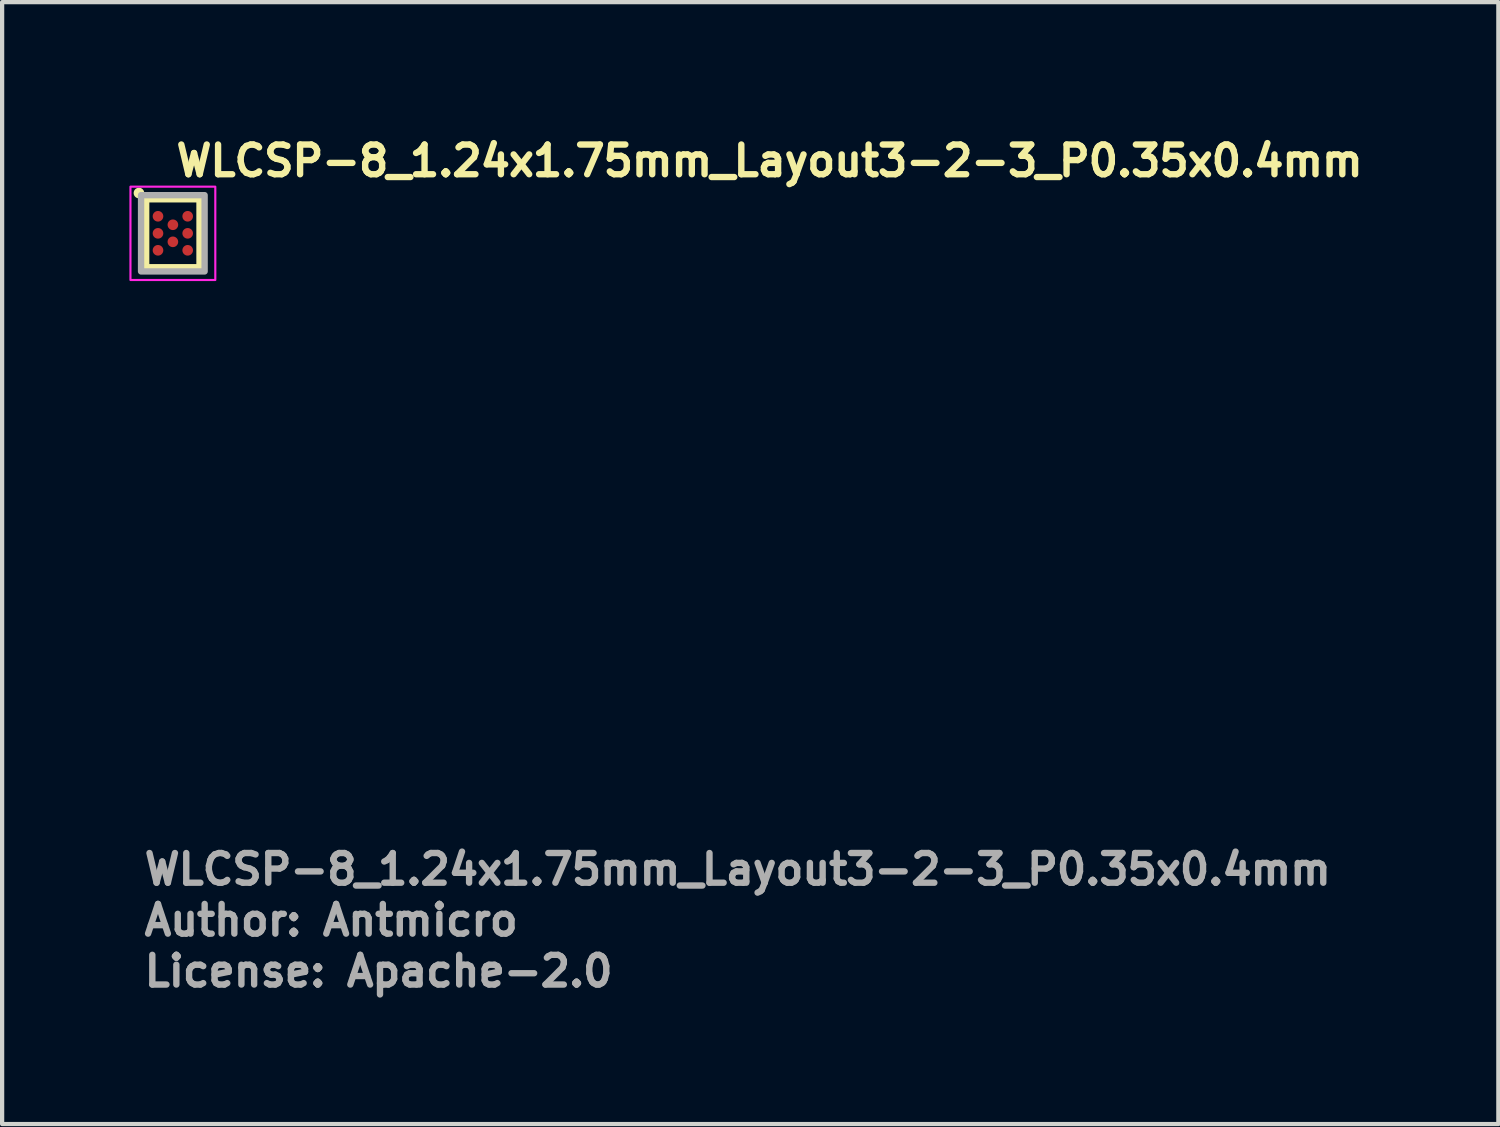
<source format=kicad_pcb>
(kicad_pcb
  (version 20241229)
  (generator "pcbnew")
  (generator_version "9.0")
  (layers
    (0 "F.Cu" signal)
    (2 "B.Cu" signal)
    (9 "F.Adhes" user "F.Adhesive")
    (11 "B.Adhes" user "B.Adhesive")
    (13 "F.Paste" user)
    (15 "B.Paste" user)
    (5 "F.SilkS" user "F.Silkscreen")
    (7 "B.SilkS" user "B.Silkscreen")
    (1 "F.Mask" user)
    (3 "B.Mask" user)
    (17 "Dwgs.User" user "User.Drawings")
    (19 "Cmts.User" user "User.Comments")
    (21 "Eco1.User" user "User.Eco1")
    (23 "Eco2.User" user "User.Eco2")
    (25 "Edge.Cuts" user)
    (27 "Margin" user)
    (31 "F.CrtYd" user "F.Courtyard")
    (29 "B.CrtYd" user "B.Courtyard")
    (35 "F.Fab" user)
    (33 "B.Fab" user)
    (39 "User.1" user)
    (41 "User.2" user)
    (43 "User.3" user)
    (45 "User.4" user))
  (footprint "WLCSP-8_1.24x1.75mm_Layout3-2-3_P0.35x0.4mm"
    (layer "F.Cu")
    (at 1.025 2.45)
    (property "Reference" "WLCSP-8_1.24x1.75mm_Layout3-2-3_P0.35x0.4mm" (at 0 -1.3 0) (unlocked yes) (layer "F.SilkS") (effects (font (size 0.7 0.7) (thickness 0.15)) (justify left bottom)))
    (attr smd)
    (fp_rect (start -0.63 -0.802) (end 0.628 0.8) (stroke (width 0.15) (type solid)) (fill no) (layer "F.SilkS"))
    (fp_circle (center -0.8 -0.95) (end -0.75 -0.95) (stroke (width 0.15) (type solid)) (fill yes) (layer "F.SilkS"))
    (fp_rect (start -1 -1.1) (end 1 1.1) (stroke (width 0.05) (type solid)) (fill no) (layer "F.CrtYd"))
    (fp_rect (start -0.75 -0.9) (end 0.748 0.898) (stroke (width 0.15) (type solid)) (fill no) (layer "F.Fab"))
    (fp_rect (start -0.699 -0.656) (end 0.697 0.654) (stroke (width 0.1) (type solid)) (fill no) (layer "User.5"))
    (fp_line (start -0.699 -0.656) (end -0.699 0.654) (stroke (width 0.02) (type solid)) (layer "User.9"))
    (fp_line (start -0.699 0.654) (end 0.697 0.654) (stroke (width 0.02) (type solid)) (layer "User.9"))
    (fp_line (start -0.57 -0.407) (end -0.569 -0.414) (stroke (width 0.02) (type solid)) (layer "User.9"))
    (fp_line (start -0.57 -0.4) (end -0.57 -0.407) (stroke (width 0.02) (type solid)) (layer "User.9"))
    (fp_line (start -0.57 -0.394) (end -0.57 -0.4) (stroke (width 0.02) (type solid)) (layer "User.9"))
    (fp_line (start -0.569 -0.414) (end -0.568 -0.422) (stroke (width 0.02) (type solid)) (layer "User.9"))
    (fp_line (start -0.569 -0.387) (end -0.57 -0.394) (stroke (width 0.02) (type solid)) (layer "User.9"))
    (fp_line (start -0.568 -0.422) (end -0.567 -0.428) (stroke (width 0.02) (type solid)) (layer "User.9"))
    (fp_line (start -0.568 -0.38) (end -0.569 -0.387) (stroke (width 0.02) (type solid)) (layer "User.9"))
    (fp_line (start -0.567 -0.428) (end -0.566 -0.435) (stroke (width 0.02) (type solid)) (layer "User.9"))
    (fp_line (start -0.567 -0.374) (end -0.568 -0.38) (stroke (width 0.02) (type solid)) (layer "User.9"))
    (fp_line (start -0.566 -0.435) (end -0.564 -0.442) (stroke (width 0.02) (type solid)) (layer "User.9"))
    (fp_line (start -0.566 -0.367) (end -0.567 -0.374) (stroke (width 0.02) (type solid)) (layer "User.9"))
    (fp_line (start -0.564 -0.442) (end -0.562 -0.447) (stroke (width 0.02) (type solid)) (layer "User.9"))
    (fp_line (start -0.564 -0.36) (end -0.566 -0.367) (stroke (width 0.02) (type solid)) (layer "User.9"))
    (fp_line (start -0.562 -0.447) (end -0.559 -0.453) (stroke (width 0.02) (type solid)) (layer "User.9"))
    (fp_line (start -0.562 -0.355) (end -0.564 -0.36) (stroke (width 0.02) (type solid)) (layer "User.9"))
    (fp_line (start -0.559 -0.453) (end -0.556 -0.46) (stroke (width 0.02) (type solid)) (layer "User.9"))
    (fp_line (start -0.559 -0.348) (end -0.562 -0.355) (stroke (width 0.02) (type solid)) (layer "User.9"))
    (fp_line (start -0.556 -0.46) (end -0.553 -0.466) (stroke (width 0.02) (type solid)) (layer "User.9"))
    (fp_line (start -0.556 -0.342) (end -0.559 -0.348) (stroke (width 0.02) (type solid)) (layer "User.9"))
    (fp_line (start -0.553 -0.466) (end -0.549 -0.471) (stroke (width 0.02) (type solid)) (layer "User.9"))
    (fp_line (start -0.553 -0.336) (end -0.556 -0.342) (stroke (width 0.02) (type solid)) (layer "User.9"))
    (fp_line (start -0.549 -0.471) (end -0.546 -0.476) (stroke (width 0.02) (type solid)) (layer "User.9"))
    (fp_line (start -0.549 -0.331) (end -0.553 -0.336) (stroke (width 0.02) (type solid)) (layer "User.9"))
    (fp_line (start -0.546 -0.476) (end -0.542 -0.482) (stroke (width 0.02) (type solid)) (layer "User.9"))
    (fp_line (start -0.546 -0.326) (end -0.549 -0.331) (stroke (width 0.02) (type solid)) (layer "User.9"))
    (fp_line (start -0.542 -0.482) (end -0.539 -0.487) (stroke (width 0.02) (type solid)) (layer "User.9"))
    (fp_line (start -0.542 -0.32) (end -0.546 -0.326) (stroke (width 0.02) (type solid)) (layer "User.9"))
    (fp_line (start -0.539 -0.487) (end -0.535 -0.491) (stroke (width 0.02) (type solid)) (layer "User.9"))
    (fp_line (start -0.539 -0.315) (end -0.542 -0.32) (stroke (width 0.02) (type solid)) (layer "User.9"))
    (fp_line (start -0.535 -0.491) (end -0.53 -0.496) (stroke (width 0.02) (type solid)) (layer "User.9"))
    (fp_line (start -0.535 -0.311) (end -0.539 -0.315) (stroke (width 0.02) (type solid)) (layer "User.9"))
    (fp_line (start -0.53 -0.496) (end -0.526 -0.501) (stroke (width 0.02) (type solid)) (layer "User.9"))
    (fp_line (start -0.53 -0.306) (end -0.535 -0.311) (stroke (width 0.02) (type solid)) (layer "User.9"))
    (fp_line (start -0.526 -0.501) (end -0.52 -0.505) (stroke (width 0.02) (type solid)) (layer "User.9"))
    (fp_line (start -0.526 -0.301) (end -0.53 -0.306) (stroke (width 0.02) (type solid)) (layer "User.9"))
    (fp_line (start -0.52 -0.505) (end -0.515 -0.509) (stroke (width 0.02) (type solid)) (layer "User.9"))
    (fp_line (start -0.52 -0.296) (end -0.526 -0.301) (stroke (width 0.02) (type solid)) (layer "User.9"))
    (fp_line (start -0.515 -0.509) (end -0.509 -0.512) (stroke (width 0.02) (type solid)) (layer "User.9"))
    (fp_line (start -0.515 -0.293) (end -0.52 -0.296) (stroke (width 0.02) (type solid)) (layer "User.9"))
    (fp_line (start -0.509 -0.512) (end -0.504 -0.517) (stroke (width 0.02) (type solid)) (layer "User.9"))
    (fp_line (start -0.509 -0.29) (end -0.515 -0.293) (stroke (width 0.02) (type solid)) (layer "User.9"))
    (fp_line (start -0.504 -0.517) (end -0.498 -0.52) (stroke (width 0.02) (type solid)) (layer "User.9"))
    (fp_line (start -0.504 -0.285) (end -0.509 -0.29) (stroke (width 0.02) (type solid)) (layer "User.9"))
    (fp_line (start -0.498 -0.52) (end -0.493 -0.522) (stroke (width 0.02) (type solid)) (layer "User.9"))
    (fp_line (start -0.498 -0.282) (end -0.504 -0.285) (stroke (width 0.02) (type solid)) (layer "User.9"))
    (fp_line (start -0.493 -0.522) (end -0.488 -0.525) (stroke (width 0.02) (type solid)) (layer "User.9"))
    (fp_line (start -0.493 -0.28) (end -0.498 -0.282) (stroke (width 0.02) (type solid)) (layer "User.9"))
    (fp_line (start -0.488 -0.525) (end -0.481 -0.527) (stroke (width 0.02) (type solid)) (layer "User.9"))
    (fp_line (start -0.488 -0.277) (end -0.493 -0.28) (stroke (width 0.02) (type solid)) (layer "User.9"))
    (fp_line (start -0.481 -0.527) (end -0.475 -0.53) (stroke (width 0.02) (type solid)) (layer "User.9"))
    (fp_line (start -0.481 -0.275) (end -0.488 -0.277) (stroke (width 0.02) (type solid)) (layer "User.9"))
    (fp_line (start -0.475 -0.53) (end -0.469 -0.532) (stroke (width 0.02) (type solid)) (layer "User.9"))
    (fp_line (start -0.475 -0.272) (end -0.481 -0.275) (stroke (width 0.02) (type solid)) (layer "User.9"))
    (fp_line (start -0.469 -0.532) (end -0.462 -0.534) (stroke (width 0.02) (type solid)) (layer "User.9"))
    (fp_line (start -0.469 -0.27) (end -0.475 -0.272) (stroke (width 0.02) (type solid)) (layer "User.9"))
    (fp_line (start -0.462 -0.534) (end -0.455 -0.535) (stroke (width 0.02) (type solid)) (layer "User.9"))
    (fp_line (start -0.462 -0.268) (end -0.469 -0.27) (stroke (width 0.02) (type solid)) (layer "User.9"))
    (fp_line (start -0.455 -0.535) (end -0.448 -0.536) (stroke (width 0.02) (type solid)) (layer "User.9"))
    (fp_line (start -0.455 -0.267) (end -0.462 -0.268) (stroke (width 0.02) (type solid)) (layer "User.9"))
    (fp_line (start -0.448 -0.536) (end -0.441 -0.536) (stroke (width 0.02) (type solid)) (layer "User.9"))
    (fp_line (start -0.448 -0.266) (end -0.455 -0.267) (stroke (width 0.02) (type solid)) (layer "User.9"))
    (fp_line (start -0.441 -0.536) (end -0.434 -0.536) (stroke (width 0.02) (type solid)) (layer "User.9"))
    (fp_line (start -0.441 -0.266) (end -0.448 -0.266) (stroke (width 0.02) (type solid)) (layer "User.9"))
    (fp_line (start -0.434 -0.536) (end -0.434 -0.536) (stroke (width 0.02) (type solid)) (layer "User.9"))
    (fp_line (start -0.434 -0.536) (end -0.428 -0.536) (stroke (width 0.02) (type solid)) (layer "User.9"))
    (fp_line (start -0.434 -0.266) (end -0.441 -0.266) (stroke (width 0.02) (type solid)) (layer "User.9"))
    (fp_line (start -0.434 -0.266) (end -0.434 -0.266) (stroke (width 0.02) (type solid)) (layer "User.9"))
    (fp_line (start -0.428 -0.536) (end -0.421 -0.536) (stroke (width 0.02) (type solid)) (layer "User.9"))
    (fp_line (start -0.428 -0.266) (end -0.434 -0.266) (stroke (width 0.02) (type solid)) (layer "User.9"))
    (fp_line (start -0.421 -0.536) (end -0.414 -0.535) (stroke (width 0.02) (type solid)) (layer "User.9"))
    (fp_line (start -0.421 -0.266) (end -0.428 -0.266) (stroke (width 0.02) (type solid)) (layer "User.9"))
    (fp_line (start -0.414 -0.535) (end -0.408 -0.534) (stroke (width 0.02) (type solid)) (layer "User.9"))
    (fp_line (start -0.414 -0.267) (end -0.421 -0.266) (stroke (width 0.02) (type solid)) (layer "User.9"))
    (fp_line (start -0.408 -0.534) (end -0.401 -0.532) (stroke (width 0.02) (type solid)) (layer "User.9"))
    (fp_line (start -0.408 -0.268) (end -0.414 -0.267) (stroke (width 0.02) (type solid)) (layer "User.9"))
    (fp_line (start -0.401 -0.532) (end -0.394 -0.53) (stroke (width 0.02) (type solid)) (layer "User.9"))
    (fp_line (start -0.401 -0.27) (end -0.408 -0.268) (stroke (width 0.02) (type solid)) (layer "User.9"))
    (fp_line (start -0.394 -0.53) (end -0.388 -0.527) (stroke (width 0.02) (type solid)) (layer "User.9"))
    (fp_line (start -0.394 -0.272) (end -0.401 -0.27) (stroke (width 0.02) (type solid)) (layer "User.9"))
    (fp_line (start -0.388 -0.527) (end -0.381 -0.525) (stroke (width 0.02) (type solid)) (layer "User.9"))
    (fp_line (start -0.388 -0.275) (end -0.394 -0.272) (stroke (width 0.02) (type solid)) (layer "User.9"))
    (fp_line (start -0.381 -0.525) (end -0.375 -0.522) (stroke (width 0.02) (type solid)) (layer "User.9"))
    (fp_line (start -0.381 -0.277) (end -0.388 -0.275) (stroke (width 0.02) (type solid)) (layer "User.9"))
    (fp_line (start -0.375 -0.522) (end -0.37 -0.52) (stroke (width 0.02) (type solid)) (layer "User.9"))
    (fp_line (start -0.375 -0.28) (end -0.381 -0.277) (stroke (width 0.02) (type solid)) (layer "User.9"))
    (fp_line (start -0.37 -0.52) (end -0.364 -0.517) (stroke (width 0.02) (type solid)) (layer "User.9"))
    (fp_line (start -0.37 -0.282) (end -0.375 -0.28) (stroke (width 0.02) (type solid)) (layer "User.9"))
    (fp_line (start -0.364 -0.517) (end -0.36 -0.512) (stroke (width 0.02) (type solid)) (layer "User.9"))
    (fp_line (start -0.364 -0.285) (end -0.37 -0.282) (stroke (width 0.02) (type solid)) (layer "User.9"))
    (fp_line (start -0.36 -0.512) (end -0.354 -0.509) (stroke (width 0.02) (type solid)) (layer "User.9"))
    (fp_line (start -0.36 -0.29) (end -0.364 -0.285) (stroke (width 0.02) (type solid)) (layer "User.9"))
    (fp_line (start -0.354 -0.509) (end -0.349 -0.505) (stroke (width 0.02) (type solid)) (layer "User.9"))
    (fp_line (start -0.354 -0.293) (end -0.36 -0.29) (stroke (width 0.02) (type solid)) (layer "User.9"))
    (fp_line (start -0.349 -0.505) (end -0.344 -0.501) (stroke (width 0.02) (type solid)) (layer "User.9"))
    (fp_line (start -0.349 -0.296) (end -0.354 -0.293) (stroke (width 0.02) (type solid)) (layer "User.9"))
    (fp_line (start -0.344 -0.501) (end -0.34 -0.496) (stroke (width 0.02) (type solid)) (layer "User.9"))
    (fp_line (start -0.344 -0.301) (end -0.349 -0.296) (stroke (width 0.02) (type solid)) (layer "User.9"))
    (fp_line (start -0.34 -0.496) (end -0.335 -0.491) (stroke (width 0.02) (type solid)) (layer "User.9"))
    (fp_line (start -0.34 -0.306) (end -0.344 -0.301) (stroke (width 0.02) (type solid)) (layer "User.9"))
    (fp_line (start -0.335 -0.491) (end -0.33 -0.487) (stroke (width 0.02) (type solid)) (layer "User.9"))
    (fp_line (start -0.335 -0.311) (end -0.34 -0.306) (stroke (width 0.02) (type solid)) (layer "User.9"))
    (fp_line (start -0.33 -0.487) (end -0.326 -0.482) (stroke (width 0.02) (type solid)) (layer "User.9"))
    (fp_line (start -0.33 -0.315) (end -0.335 -0.311) (stroke (width 0.02) (type solid)) (layer "User.9"))
    (fp_line (start -0.326 -0.482) (end -0.322 -0.476) (stroke (width 0.02) (type solid)) (layer "User.9"))
    (fp_line (start -0.326 -0.32) (end -0.33 -0.315) (stroke (width 0.02) (type solid)) (layer "User.9"))
    (fp_line (start -0.322 -0.476) (end -0.319 -0.471) (stroke (width 0.02) (type solid)) (layer "User.9"))
    (fp_line (start -0.322 -0.326) (end -0.326 -0.32) (stroke (width 0.02) (type solid)) (layer "User.9"))
    (fp_line (start -0.319 -0.471) (end -0.315 -0.466) (stroke (width 0.02) (type solid)) (layer "User.9"))
    (fp_line (start -0.319 -0.331) (end -0.322 -0.326) (stroke (width 0.02) (type solid)) (layer "User.9"))
    (fp_line (start -0.315 -0.466) (end -0.312 -0.46) (stroke (width 0.02) (type solid)) (layer "User.9"))
    (fp_line (start -0.315 -0.336) (end -0.319 -0.331) (stroke (width 0.02) (type solid)) (layer "User.9"))
    (fp_line (start -0.312 -0.46) (end -0.31 -0.453) (stroke (width 0.02) (type solid)) (layer "User.9"))
    (fp_line (start -0.312 -0.342) (end -0.315 -0.336) (stroke (width 0.02) (type solid)) (layer "User.9"))
    (fp_line (start -0.31 -0.453) (end -0.307 -0.447) (stroke (width 0.02) (type solid)) (layer "User.9"))
    (fp_line (start -0.31 -0.348) (end -0.312 -0.342) (stroke (width 0.02) (type solid)) (layer "User.9"))
    (fp_line (start -0.307 -0.447) (end -0.305 -0.442) (stroke (width 0.02) (type solid)) (layer "User.9"))
    (fp_line (start -0.307 -0.355) (end -0.31 -0.348) (stroke (width 0.02) (type solid)) (layer "User.9"))
    (fp_line (start -0.305 -0.442) (end -0.303 -0.435) (stroke (width 0.02) (type solid)) (layer "User.9"))
    (fp_line (start -0.305 -0.36) (end -0.307 -0.355) (stroke (width 0.02) (type solid)) (layer "User.9"))
    (fp_line (start -0.303 -0.435) (end -0.302 -0.428) (stroke (width 0.02) (type solid)) (layer "User.9"))
    (fp_line (start -0.303 -0.367) (end -0.305 -0.36) (stroke (width 0.02) (type solid)) (layer "User.9"))
    (fp_line (start -0.302 -0.428) (end -0.301 -0.422) (stroke (width 0.02) (type solid)) (layer "User.9"))
    (fp_line (start -0.302 -0.374) (end -0.303 -0.367) (stroke (width 0.02) (type solid)) (layer "User.9"))
    (fp_line (start -0.301 -0.422) (end -0.301 -0.414) (stroke (width 0.02) (type solid)) (layer "User.9"))
    (fp_line (start -0.301 -0.414) (end -0.3 -0.407) (stroke (width 0.02) (type solid)) (layer "User.9"))
    (fp_line (start -0.301 -0.387) (end -0.301 -0.38) (stroke (width 0.02) (type solid)) (layer "User.9"))
    (fp_line (start -0.301 -0.38) (end -0.302 -0.374) (stroke (width 0.02) (type solid)) (layer "User.9"))
    (fp_line (start -0.3 -0.407) (end -0.3 -0.401) (stroke (width 0.02) (type solid)) (layer "User.9"))
    (fp_line (start -0.3 -0.4) (end -0.3 -0.394) (stroke (width 0.02) (type solid)) (layer "User.9"))
    (fp_line (start -0.3 -0.394) (end -0.301 -0.387) (stroke (width 0.02) (type solid)) (layer "User.9"))
    (fp_line (start 0.697 -0.656) (end -0.699 -0.656) (stroke (width 0.02) (type solid)) (layer "User.9"))
    (fp_line (start 0.697 0.654) (end 0.697 -0.656) (stroke (width 0.02) (type solid)) (layer "User.9"))
    (fp_text user "License: Apache-2.0" (at -0.75 17.8 0) (layer "F.Fab") (effects (font (size 0.7 0.7) (thickness 0.15)) (justify left bottom)))
    (fp_text user "${REFERENCE}" (at -0.75 15.4 0) (unlocked yes) (layer "F.Fab") (effects (font (size 0.7 0.7) (thickness 0.15)) (justify left bottom)))
    (fp_text user "Author: Antmicro" (at -0.75 16.6 0) (layer "F.Fab") (effects (font (size 0.7 0.7) (thickness 0.15)) (justify left bottom)))
    (pad "A1" smd circle (at -0.351 -0.402) (size 0.25 0.25) (layers "F.Cu" "F.Mask" "F.Paste"))
    (pad "A3" smd circle (at 0.349 -0.402) (size 0.25 0.25) (layers "F.Cu" "F.Mask" "F.Paste"))
    (pad "B2" smd circle (at 0 -0.202) (size 0.25 0.25) (layers "F.Cu" "F.Mask" "F.Paste"))
    (pad "C1" smd circle (at -0.351 0) (size 0.25 0.25) (layers "F.Cu" "F.Mask" "F.Paste"))
    (pad "C3" smd circle (at 0.349 0) (size 0.25 0.25) (layers "F.Cu" "F.Mask" "F.Paste"))
    (pad "D2" smd circle (at 0 0.2) (size 0.25 0.25) (layers "F.Cu" "F.Mask" "F.Paste"))
    (pad "E1" smd circle (at -0.351 0.4) (size 0.25 0.25) (layers "F.Cu" "F.Mask" "F.Paste"))
    (pad "E3" smd circle (at 0.349 0.4) (size 0.25 0.25) (layers "F.Cu" "F.Mask" "F.Paste")))
  (gr_rect
    (start -3 -3)
    (end 32.268 23.445)
    (stroke (width 0.1) (type default))
    (fill no)
    (layer "Edge.Cuts")))
</source>
